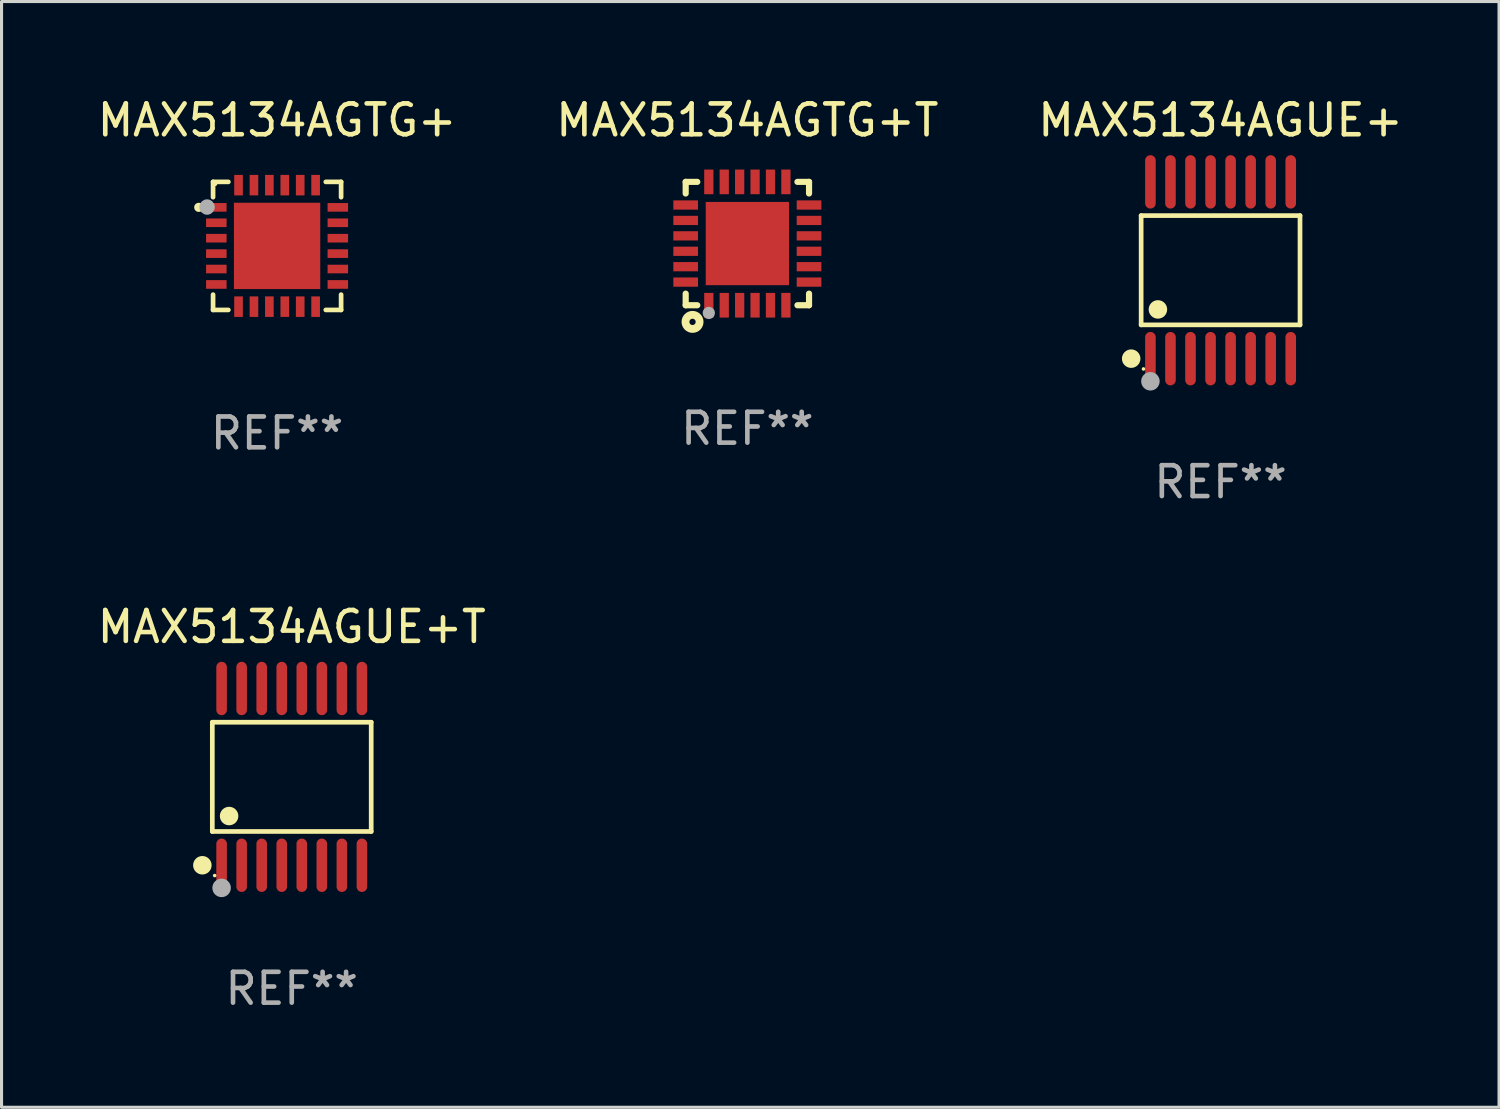
<source format=kicad_pcb>
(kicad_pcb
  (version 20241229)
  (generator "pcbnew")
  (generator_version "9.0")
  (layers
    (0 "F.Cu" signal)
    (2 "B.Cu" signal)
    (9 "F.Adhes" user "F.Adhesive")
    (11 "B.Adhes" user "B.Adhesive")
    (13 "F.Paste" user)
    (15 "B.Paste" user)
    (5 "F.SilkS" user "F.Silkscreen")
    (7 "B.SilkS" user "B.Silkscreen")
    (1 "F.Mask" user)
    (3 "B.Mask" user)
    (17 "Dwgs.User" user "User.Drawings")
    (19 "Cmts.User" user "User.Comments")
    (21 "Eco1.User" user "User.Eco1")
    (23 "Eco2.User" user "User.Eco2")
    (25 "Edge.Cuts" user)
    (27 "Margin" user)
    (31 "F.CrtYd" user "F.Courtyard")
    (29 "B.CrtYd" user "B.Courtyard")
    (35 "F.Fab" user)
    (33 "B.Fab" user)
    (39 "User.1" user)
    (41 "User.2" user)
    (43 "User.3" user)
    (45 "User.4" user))
  (footprint "MAX5134AGUE+T"
    (layer "F.Cu")
    (at 6.411 22.142)
    (property "Reference" "MAX5134AGUE+T" (at 0 -4.866 0) (layer "F.SilkS") (effects (font (size 1 1) (thickness 0.15))))
    (attr through_hole)
    (fp_line (start -2.576 -1.772) (end 2.576 -1.772) (stroke (width 0.152) (type solid)) (layer "F.SilkS"))
    (fp_line (start -2.576 1.771) (end -2.576 -1.772) (stroke (width 0.152) (type solid)) (layer "F.SilkS"))
    (fp_line (start 2.576 -1.772) (end 2.576 1.771) (stroke (width 0.152) (type solid)) (layer "F.SilkS"))
    (fp_line (start 2.576 1.771) (end -2.576 1.771) (stroke (width 0.152) (type solid)) (layer "F.SilkS"))
    (fp_circle (center -2.899 2.866) (end -2.749 2.866) (stroke (width 0.3) (type solid)) (fill no) (layer "F.SilkS"))
    (fp_circle (center -2.5 3.2) (end -2.47 3.2) (stroke (width 0.06) (type solid)) (fill no) (layer "F.SilkS"))
    (fp_circle (center -2.032 1.27) (end -1.882 1.27) (stroke (width 0.3) (type solid)) (fill no) (layer "F.SilkS"))
    (fp_circle (center -2.275 3.6) (end -2.125 3.6) (stroke (width 0.3) (type solid)) (fill no) (layer "F.Fab"))
    (fp_text user "REF**" (at 0 6.866 0) (layer "F.Fab") (effects (font (size 1 1) (thickness 0.15))))
    (pad "1" smd oval (at -2.275 2.866) (size 0.343 1.731) (layers "F.Cu" "F.Mask" "F.Paste"))
    (pad "2" smd oval (at -1.625 2.866) (size 0.343 1.731) (layers "F.Cu" "F.Mask" "F.Paste"))
    (pad "3" smd oval (at -0.975 2.866) (size 0.343 1.731) (layers "F.Cu" "F.Mask" "F.Paste"))
    (pad "4" smd oval (at -0.325 2.866) (size 0.343 1.731) (layers "F.Cu" "F.Mask" "F.Paste"))
    (pad "5" smd oval (at 0.325 2.866) (size 0.343 1.731) (layers "F.Cu" "F.Mask" "F.Paste"))
    (pad "6" smd oval (at 0.975 2.866) (size 0.343 1.731) (layers "F.Cu" "F.Mask" "F.Paste"))
    (pad "7" smd oval (at 1.625 2.866) (size 0.343 1.731) (layers "F.Cu" "F.Mask" "F.Paste"))
    (pad "8" smd oval (at 2.275 2.866) (size 0.343 1.731) (layers "F.Cu" "F.Mask" "F.Paste"))
    (pad "9" smd oval (at 2.275 -2.866) (size 0.343 1.731) (layers "F.Cu" "F.Mask" "F.Paste"))
    (pad "10" smd oval (at 1.625 -2.866) (size 0.343 1.731) (layers "F.Cu" "F.Mask" "F.Paste"))
    (pad "11" smd oval (at 0.975 -2.866) (size 0.343 1.731) (layers "F.Cu" "F.Mask" "F.Paste"))
    (pad "12" smd oval (at 0.325 -2.866) (size 0.343 1.731) (layers "F.Cu" "F.Mask" "F.Paste"))
    (pad "13" smd oval (at -0.325 -2.866) (size 0.343 1.731) (layers "F.Cu" "F.Mask" "F.Paste"))
    (pad "14" smd oval (at -0.975 -2.866) (size 0.343 1.731) (layers "F.Cu" "F.Mask" "F.Paste"))
    (pad "15" smd oval (at -1.625 -2.866) (size 0.343 1.731) (layers "F.Cu" "F.Mask" "F.Paste"))
    (pad "16" smd oval (at -2.275 -2.866) (size 0.343 1.731) (layers "F.Cu" "F.Mask" "F.Paste")))
  (footprint "MAX5134AGTG+"
    (layer "F.Cu")
    (at 5.935 4.924)
    (property "Reference" "MAX5134AGTG+" (at 0 -4.076 0) (layer "F.SilkS") (effects (font (size 1 1) (thickness 0.15))))
    (attr through_hole)
    (fp_line (start -2.076 -2.076) (end -2.076 -1.58) (stroke (width 0.152) (type solid)) (layer "F.SilkS"))
    (fp_line (start -2.076 2.076) (end -2.076 1.58) (stroke (width 0.152) (type solid)) (layer "F.SilkS"))
    (fp_line (start -1.58 -2.076) (end -2.076 -2.076) (stroke (width 0.152) (type solid)) (layer "F.SilkS"))
    (fp_line (start -1.58 2.076) (end -2.076 2.076) (stroke (width 0.152) (type solid)) (layer "F.SilkS"))
    (fp_line (start 1.58 -2.076) (end 2.076 -2.076) (stroke (width 0.152) (type solid)) (layer "F.SilkS"))
    (fp_line (start 1.58 2.076) (end 2.076 2.076) (stroke (width 0.152) (type solid)) (layer "F.SilkS"))
    (fp_line (start 2.076 -2.076) (end 2.076 -1.58) (stroke (width 0.152) (type solid)) (layer "F.SilkS"))
    (fp_line (start 2.076 2.076) (end 2.076 1.58) (stroke (width 0.152) (type solid)) (layer "F.SilkS"))
    (fp_circle (center -2.54 -1.25) (end -2.465 -1.25) (stroke (width 0.15) (type solid)) (fill no) (layer "F.SilkS"))
    (fp_circle (center -2 -2) (end -1.97 -2) (stroke (width 0.06) (type solid)) (fill no) (layer "F.SilkS"))
    (fp_circle (center -2.27 -1.26) (end -2.145 -1.26) (stroke (width 0.25) (type solid)) (fill no) (layer "F.Fab"))
    (fp_text user "REF**" (at 0 6.076 0) (layer "F.Fab") (effects (font (size 1 1) (thickness 0.15))))
    (pad "1" smd rect (at -1.97 -1.25) (size 0.665 0.28) (layers "F.Cu" "F.Mask" "F.Paste"))
    (pad "2" smd rect (at -1.97 -0.75) (size 0.665 0.28) (layers "F.Cu" "F.Mask" "F.Paste"))
    (pad "3" smd rect (at -1.97 -0.25) (size 0.665 0.28) (layers "F.Cu" "F.Mask" "F.Paste"))
    (pad "4" smd rect (at -1.97 0.25) (size 0.665 0.28) (layers "F.Cu" "F.Mask" "F.Paste"))
    (pad "5" smd rect (at -1.97 0.75) (size 0.665 0.28) (layers "F.Cu" "F.Mask" "F.Paste"))
    (pad "6" smd rect (at -1.97 1.25) (size 0.665 0.28) (layers "F.Cu" "F.Mask" "F.Paste"))
    (pad "7" smd rect (at -1.25 1.97) (size 0.28 0.665) (layers "F.Cu" "F.Mask" "F.Paste"))
    (pad "8" smd rect (at -0.75 1.97) (size 0.28 0.665) (layers "F.Cu" "F.Mask" "F.Paste"))
    (pad "9" smd rect (at -0.25 1.97) (size 0.28 0.665) (layers "F.Cu" "F.Mask" "F.Paste"))
    (pad "10" smd rect (at 0.25 1.97) (size 0.28 0.665) (layers "F.Cu" "F.Mask" "F.Paste"))
    (pad "11" smd rect (at 0.75 1.97) (size 0.28 0.665) (layers "F.Cu" "F.Mask" "F.Paste"))
    (pad "12" smd rect (at 1.25 1.97) (size 0.28 0.665) (layers "F.Cu" "F.Mask" "F.Paste"))
    (pad "13" smd rect (at 1.97 1.25) (size 0.665 0.28) (layers "F.Cu" "F.Mask" "F.Paste"))
    (pad "14" smd rect (at 1.97 0.75) (size 0.665 0.28) (layers "F.Cu" "F.Mask" "F.Paste"))
    (pad "15" smd rect (at 1.97 0.25) (size 0.665 0.28) (layers "F.Cu" "F.Mask" "F.Paste"))
    (pad "16" smd rect (at 1.97 -0.25) (size 0.665 0.28) (layers "F.Cu" "F.Mask" "F.Paste"))
    (pad "17" smd rect (at 1.97 -0.75) (size 0.665 0.28) (layers "F.Cu" "F.Mask" "F.Paste"))
    (pad "18" smd rect (at 1.97 -1.25) (size 0.665 0.28) (layers "F.Cu" "F.Mask" "F.Paste"))
    (pad "19" smd rect (at 1.25 -1.97) (size 0.28 0.665) (layers "F.Cu" "F.Mask" "F.Paste"))
    (pad "20" smd rect (at 0.75 -1.97) (size 0.28 0.665) (layers "F.Cu" "F.Mask" "F.Paste"))
    (pad "21" smd rect (at 0.25 -1.97) (size 0.28 0.665) (layers "F.Cu" "F.Mask" "F.Paste"))
    (pad "22" smd rect (at -0.25 -1.97) (size 0.28 0.665) (layers "F.Cu" "F.Mask" "F.Paste"))
    (pad "23" smd rect (at -0.75 -1.97) (size 0.28 0.665) (layers "F.Cu" "F.Mask" "F.Paste"))
    (pad "24" smd rect (at -1.25 -1.97) (size 0.28 0.665) (layers "F.Cu" "F.Mask" "F.Paste"))
    (pad "25" smd rect (at 0 0) (size 2.8 2.8) (layers "F.Cu" "F.Mask" "F.Paste")))
  (footprint "MAX5134AGUE+"
    (layer "F.Cu")
    (at 36.53 5.714)
    (property "Reference" "MAX5134AGUE+" (at 0 -4.866 0) (layer "F.SilkS") (effects (font (size 1 1) (thickness 0.15))))
    (attr through_hole)
    (fp_line (start -2.576 -1.772) (end 2.576 -1.772) (stroke (width 0.152) (type solid)) (layer "F.SilkS"))
    (fp_line (start -2.576 1.771) (end -2.576 -1.772) (stroke (width 0.152) (type solid)) (layer "F.SilkS"))
    (fp_line (start 2.576 -1.772) (end 2.576 1.771) (stroke (width 0.152) (type solid)) (layer "F.SilkS"))
    (fp_line (start 2.576 1.771) (end -2.576 1.771) (stroke (width 0.152) (type solid)) (layer "F.SilkS"))
    (fp_circle (center -2.899 2.866) (end -2.749 2.866) (stroke (width 0.3) (type solid)) (fill no) (layer "F.SilkS"))
    (fp_circle (center -2.5 3.2) (end -2.47 3.2) (stroke (width 0.06) (type solid)) (fill no) (layer "F.SilkS"))
    (fp_circle (center -2.032 1.27) (end -1.882 1.27) (stroke (width 0.3) (type solid)) (fill no) (layer "F.SilkS"))
    (fp_circle (center -2.275 3.6) (end -2.125 3.6) (stroke (width 0.3) (type solid)) (fill no) (layer "F.Fab"))
    (fp_text user "REF**" (at 0 6.866 0) (layer "F.Fab") (effects (font (size 1 1) (thickness 0.15))))
    (pad "1" smd oval (at -2.275 2.866) (size 0.343 1.731) (layers "F.Cu" "F.Mask" "F.Paste"))
    (pad "2" smd oval (at -1.625 2.866) (size 0.343 1.731) (layers "F.Cu" "F.Mask" "F.Paste"))
    (pad "3" smd oval (at -0.975 2.866) (size 0.343 1.731) (layers "F.Cu" "F.Mask" "F.Paste"))
    (pad "4" smd oval (at -0.325 2.866) (size 0.343 1.731) (layers "F.Cu" "F.Mask" "F.Paste"))
    (pad "5" smd oval (at 0.325 2.866) (size 0.343 1.731) (layers "F.Cu" "F.Mask" "F.Paste"))
    (pad "6" smd oval (at 0.975 2.866) (size 0.343 1.731) (layers "F.Cu" "F.Mask" "F.Paste"))
    (pad "7" smd oval (at 1.625 2.866) (size 0.343 1.731) (layers "F.Cu" "F.Mask" "F.Paste"))
    (pad "8" smd oval (at 2.275 2.866) (size 0.343 1.731) (layers "F.Cu" "F.Mask" "F.Paste"))
    (pad "9" smd oval (at 2.275 -2.866) (size 0.343 1.731) (layers "F.Cu" "F.Mask" "F.Paste"))
    (pad "10" smd oval (at 1.625 -2.866) (size 0.343 1.731) (layers "F.Cu" "F.Mask" "F.Paste"))
    (pad "11" smd oval (at 0.975 -2.866) (size 0.343 1.731) (layers "F.Cu" "F.Mask" "F.Paste"))
    (pad "12" smd oval (at 0.325 -2.866) (size 0.343 1.731) (layers "F.Cu" "F.Mask" "F.Paste"))
    (pad "13" smd oval (at -0.325 -2.866) (size 0.343 1.731) (layers "F.Cu" "F.Mask" "F.Paste"))
    (pad "14" smd oval (at -0.975 -2.866) (size 0.343 1.731) (layers "F.Cu" "F.Mask" "F.Paste"))
    (pad "15" smd oval (at -1.625 -2.866) (size 0.343 1.731) (layers "F.Cu" "F.Mask" "F.Paste"))
    (pad "16" smd oval (at -2.275 -2.866) (size 0.343 1.731) (layers "F.Cu" "F.Mask" "F.Paste")))
  (footprint "MAX5134AGTG+T"
    (layer "F.Cu")
    (at 21.185 4.848)
    (property "Reference" "MAX5134AGTG+T" (at 0 -4 0) (layer "F.SilkS") (effects (font (size 1 1) (thickness 0.15))))
    (attr through_hole)
    (fp_line (start -2 -2) (end -1.624 -2) (stroke (width 0.2) (type solid)) (layer "F.SilkS"))
    (fp_line (start -2 -1.624) (end -2 -2) (stroke (width 0.2) (type solid)) (layer "F.SilkS"))
    (fp_line (start -2 2) (end -2 1.624) (stroke (width 0.2) (type solid)) (layer "F.SilkS"))
    (fp_line (start -2 2) (end -1.624 2) (stroke (width 0.2) (type solid)) (layer "F.SilkS"))
    (fp_line (start 1.624 -2) (end 2 -2) (stroke (width 0.2) (type solid)) (layer "F.SilkS"))
    (fp_line (start 1.624 2) (end 2 2) (stroke (width 0.2) (type solid)) (layer "F.SilkS"))
    (fp_line (start 2 -2) (end 2 -1.624) (stroke (width 0.2) (type solid)) (layer "F.SilkS"))
    (fp_line (start 2 1.624) (end 2 2) (stroke (width 0.2) (type solid)) (layer "F.SilkS"))
    (fp_circle (center -2 2) (end -1.97 2) (stroke (width 0.06) (type solid)) (fill no) (layer "F.SilkS"))
    (fp_circle (center -1.778 2.54) (end -1.676 2.54) (stroke (width 0.254) (type solid)) (fill no) (layer "F.SilkS"))
    (fp_circle (center -1.25 2.25) (end -1.15 2.25) (stroke (width 0.2) (type solid)) (fill no) (layer "F.Fab"))
    (fp_text user "REF**" (at 0 6 0) (layer "F.Fab") (effects (font (size 1 1) (thickness 0.15))))
    (pad "1" smd rect (at -1.25 2) (size 0.3 0.8) (layers "F.Cu" "F.Mask" "F.Paste"))
    (pad "2" smd rect (at -0.75 2) (size 0.3 0.8) (layers "F.Cu" "F.Mask" "F.Paste"))
    (pad "3" smd rect (at -0.25 2) (size 0.3 0.8) (layers "F.Cu" "F.Mask" "F.Paste"))
    (pad "4" smd rect (at 0.25 2) (size 0.3 0.8) (layers "F.Cu" "F.Mask" "F.Paste"))
    (pad "5" smd rect (at 0.75 2) (size 0.3 0.8) (layers "F.Cu" "F.Mask" "F.Paste"))
    (pad "6" smd rect (at 1.25 2) (size 0.3 0.8) (layers "F.Cu" "F.Mask" "F.Paste"))
    (pad "7" smd rect (at 2 1.25 90) (size 0.3 0.8) (layers "F.Cu" "F.Mask" "F.Paste"))
    (pad "8" smd rect (at 2 0.75 90) (size 0.3 0.8) (layers "F.Cu" "F.Mask" "F.Paste"))
    (pad "9" smd rect (at 2 0.25 90) (size 0.3 0.8) (layers "F.Cu" "F.Mask" "F.Paste"))
    (pad "10" smd rect (at 2 -0.25 90) (size 0.3 0.8) (layers "F.Cu" "F.Mask" "F.Paste"))
    (pad "11" smd rect (at 2 -0.75 90) (size 0.3 0.8) (layers "F.Cu" "F.Mask" "F.Paste"))
    (pad "12" smd rect (at 2 -1.25 90) (size 0.3 0.8) (layers "F.Cu" "F.Mask" "F.Paste"))
    (pad "13" smd rect (at 1.25 -2 180) (size 0.3 0.8) (layers "F.Cu" "F.Mask" "F.Paste"))
    (pad "14" smd rect (at 0.75 -2 180) (size 0.3 0.8) (layers "F.Cu" "F.Mask" "F.Paste"))
    (pad "15" smd rect (at 0.25 -2 180) (size 0.3 0.8) (layers "F.Cu" "F.Mask" "F.Paste"))
    (pad "16" smd rect (at -0.25 -2 180) (size 0.3 0.8) (layers "F.Cu" "F.Mask" "F.Paste"))
    (pad "17" smd rect (at -0.75 -2 180) (size 0.3 0.8) (layers "F.Cu" "F.Mask" "F.Paste"))
    (pad "18" smd rect (at -1.25 -2 180) (size 0.3 0.8) (layers "F.Cu" "F.Mask" "F.Paste"))
    (pad "19" smd rect (at -2 -1.25 270) (size 0.3 0.8) (layers "F.Cu" "F.Mask" "F.Paste"))
    (pad "20" smd rect (at -2 -0.75 270) (size 0.3 0.8) (layers "F.Cu" "F.Mask" "F.Paste"))
    (pad "21" smd rect (at -2 -0.25 270) (size 0.3 0.8) (layers "F.Cu" "F.Mask" "F.Paste"))
    (pad "22" smd rect (at -2 0.25 270) (size 0.3 0.8) (layers "F.Cu" "F.Mask" "F.Paste"))
    (pad "23" smd rect (at -2 0.75 270) (size 0.3 0.8) (layers "F.Cu" "F.Mask" "F.Paste"))
    (pad "24" smd rect (at -2 1.25 270) (size 0.3 0.8) (layers "F.Cu" "F.Mask" "F.Paste"))
    (pad "25" smd rect (at 0 0) (size 2.7 2.7) (layers "F.Cu" "F.Mask" "F.Paste")))
  (gr_rect
    (start -3 -3)
    (end 45.56 32.856)
    (stroke (width 0.1) (type default))
    (fill no)
    (layer "Edge.Cuts")))
</source>
